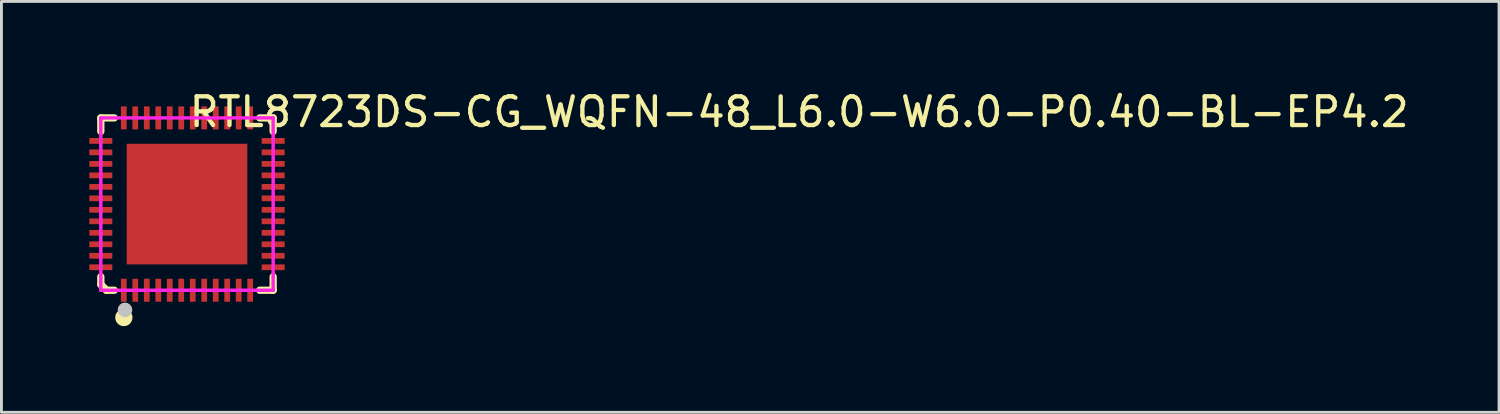
<source format=kicad_pcb>
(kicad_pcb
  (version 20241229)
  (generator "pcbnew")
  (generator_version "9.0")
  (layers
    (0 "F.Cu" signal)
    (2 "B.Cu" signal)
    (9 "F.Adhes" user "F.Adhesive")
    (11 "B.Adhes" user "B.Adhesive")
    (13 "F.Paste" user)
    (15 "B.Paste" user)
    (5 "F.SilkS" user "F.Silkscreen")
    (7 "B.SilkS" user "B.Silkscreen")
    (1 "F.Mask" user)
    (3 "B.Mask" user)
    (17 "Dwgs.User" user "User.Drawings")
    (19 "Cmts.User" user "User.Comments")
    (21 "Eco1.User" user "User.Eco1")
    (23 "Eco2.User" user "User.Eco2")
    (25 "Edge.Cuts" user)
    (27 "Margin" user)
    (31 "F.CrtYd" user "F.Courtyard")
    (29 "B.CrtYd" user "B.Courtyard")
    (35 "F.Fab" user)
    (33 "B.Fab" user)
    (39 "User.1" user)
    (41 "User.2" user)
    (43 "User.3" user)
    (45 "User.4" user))
  (footprint "RTL8723DS-CG_WQFN-48_L6.0-W6.0-P0.40-BL-EP4.2"
    (layer "F.Cu")
    (at 3.46 4.055)
    (property "Reference" "RTL8723DS-CG_WQFN-48_L6.0-W6.0-P0.40-BL-EP4.2" (at 0 -3.207 0) (layer "F.SilkS") (effects (font (size 1 1) (thickness 0.15)) (justify left)))
    (attr through_hole)
    (fp_line (start -3 -3) (end -3 -2.531) (stroke (width 0.254) (type solid)) (layer "F.SilkS"))
    (fp_line (start -3 2.8) (end -3 2.531) (stroke (width 0.254) (type solid)) (layer "F.SilkS"))
    (fp_line (start -2.8 3) (end -3 2.8) (stroke (width 0.254) (type solid)) (layer "F.SilkS"))
    (fp_line (start -2.8 3) (end -2.8 3) (stroke (width 0.254) (type solid)) (layer "F.SilkS"))
    (fp_line (start -2.531 -3) (end -3 -3) (stroke (width 0.254) (type solid)) (layer "F.SilkS"))
    (fp_line (start -2.531 3) (end -2.8 3) (stroke (width 0.254) (type solid)) (layer "F.SilkS"))
    (fp_line (start 2.531 -3) (end 3 -3) (stroke (width 0.254) (type solid)) (layer "F.SilkS"))
    (fp_line (start 3 -3) (end 3 -2.531) (stroke (width 0.254) (type solid)) (layer "F.SilkS"))
    (fp_line (start 3 2.531) (end 3 3) (stroke (width 0.254) (type solid)) (layer "F.SilkS"))
    (fp_line (start 3 3) (end 2.531 3) (stroke (width 0.254) (type solid)) (layer "F.SilkS"))
    (fp_arc (start -2.197 3.8) (mid -2.19973 4.100012) (end -2.19954 3.799988) (stroke (width 0.3) (type solid)) (layer "F.SilkS"))
    (fp_poly (pts (xy -3.4 -2.1) (xy -3.4 -2.3) (xy -2.6 -2.3) (xy -2.6 -2.1)) (stroke (width 0.12) (type solid)) (fill yes) (layer "F.Paste"))
    (fp_poly (pts (xy -3.4 -1.7) (xy -3.4 -1.9) (xy -2.6 -1.9) (xy -2.6 -1.7)) (stroke (width 0.12) (type solid)) (fill yes) (layer "F.Paste"))
    (fp_poly (pts (xy -3.4 -1.3) (xy -3.4 -1.5) (xy -2.6 -1.5) (xy -2.6 -1.3)) (stroke (width 0.12) (type solid)) (fill yes) (layer "F.Paste"))
    (fp_poly (pts (xy -3.4 -0.9) (xy -3.4 -1.1) (xy -2.6 -1.1) (xy -2.6 -0.9)) (stroke (width 0.12) (type solid)) (fill yes) (layer "F.Paste"))
    (fp_poly (pts (xy -3.4 -0.5) (xy -3.4 -0.7) (xy -2.6 -0.7) (xy -2.6 -0.5)) (stroke (width 0.12) (type solid)) (fill yes) (layer "F.Paste"))
    (fp_poly (pts (xy -3.4 -0.1) (xy -3.4 -0.3) (xy -2.6 -0.3) (xy -2.6 -0.1)) (stroke (width 0.12) (type solid)) (fill yes) (layer "F.Paste"))
    (fp_poly (pts (xy -3.4 0.3) (xy -3.4 0.1) (xy -2.6 0.1) (xy -2.6 0.3)) (stroke (width 0.12) (type solid)) (fill yes) (layer "F.Paste"))
    (fp_poly (pts (xy -3.4 0.7) (xy -3.4 0.5) (xy -2.6 0.5) (xy -2.6 0.7)) (stroke (width 0.12) (type solid)) (fill yes) (layer "F.Paste"))
    (fp_poly (pts (xy -3.4 1.1) (xy -3.4 0.9) (xy -2.6 0.9) (xy -2.6 1.1)) (stroke (width 0.12) (type solid)) (fill yes) (layer "F.Paste"))
    (fp_poly (pts (xy -3.4 1.5) (xy -3.4 1.3) (xy -2.6 1.3) (xy -2.6 1.5)) (stroke (width 0.12) (type solid)) (fill yes) (layer "F.Paste"))
    (fp_poly (pts (xy -3.4 1.9) (xy -3.4 1.7) (xy -2.6 1.7) (xy -2.6 1.9)) (stroke (width 0.12) (type solid)) (fill yes) (layer "F.Paste"))
    (fp_poly (pts (xy -3.4 2.3) (xy -3.4 2.1) (xy -2.6 2.1) (xy -2.6 2.3)) (stroke (width 0.12) (type solid)) (fill yes) (layer "F.Paste"))
    (fp_poly (pts (xy -2.1 -2.6) (xy -2.3 -2.6) (xy -2.3 -3.4) (xy -2.1 -3.4)) (stroke (width 0.12) (type solid)) (fill yes) (layer "F.Paste"))
    (fp_poly (pts (xy -2.1 3.4) (xy -2.3 3.4) (xy -2.3 2.6) (xy -2.1 2.6)) (stroke (width 0.12) (type solid)) (fill yes) (layer "F.Paste"))
    (fp_poly (pts (xy -1.7 -2.6) (xy -1.9 -2.6) (xy -1.9 -3.4) (xy -1.7 -3.4)) (stroke (width 0.12) (type solid)) (fill yes) (layer "F.Paste"))
    (fp_poly (pts (xy -1.7 3.4) (xy -1.9 3.4) (xy -1.9 2.6) (xy -1.7 2.6)) (stroke (width 0.12) (type solid)) (fill yes) (layer "F.Paste"))
    (fp_poly (pts (xy -1.68 1.68) (xy -1.68 -1.68) (xy 1.68 -1.68) (xy 1.68 1.68)) (stroke (width 0.12) (type solid)) (fill yes) (layer "F.Paste"))
    (fp_poly (pts (xy -1.3 -2.6) (xy -1.5 -2.6) (xy -1.5 -3.4) (xy -1.3 -3.4)) (stroke (width 0.12) (type solid)) (fill yes) (layer "F.Paste"))
    (fp_poly (pts (xy -1.3 3.4) (xy -1.5 3.4) (xy -1.5 2.6) (xy -1.3 2.6)) (stroke (width 0.12) (type solid)) (fill yes) (layer "F.Paste"))
    (fp_poly (pts (xy -0.9 -2.6) (xy -1.1 -2.6) (xy -1.1 -3.4) (xy -0.9 -3.4)) (stroke (width 0.12) (type solid)) (fill yes) (layer "F.Paste"))
    (fp_poly (pts (xy -0.9 3.4) (xy -1.1 3.4) (xy -1.1 2.6) (xy -0.9 2.6)) (stroke (width 0.12) (type solid)) (fill yes) (layer "F.Paste"))
    (fp_poly (pts (xy -0.5 -2.6) (xy -0.7 -2.6) (xy -0.7 -3.4) (xy -0.5 -3.4)) (stroke (width 0.12) (type solid)) (fill yes) (layer "F.Paste"))
    (fp_poly (pts (xy -0.5 3.4) (xy -0.7 3.4) (xy -0.7 2.6) (xy -0.5 2.6)) (stroke (width 0.12) (type solid)) (fill yes) (layer "F.Paste"))
    (fp_poly (pts (xy -0.1 -2.6) (xy -0.3 -2.6) (xy -0.3 -3.4) (xy -0.1 -3.4)) (stroke (width 0.12) (type solid)) (fill yes) (layer "F.Paste"))
    (fp_poly (pts (xy -0.1 3.4) (xy -0.3 3.4) (xy -0.3 2.6) (xy -0.1 2.6)) (stroke (width 0.12) (type solid)) (fill yes) (layer "F.Paste"))
    (fp_poly (pts (xy 0.3 -2.6) (xy 0.1 -2.6) (xy 0.1 -3.4) (xy 0.3 -3.4)) (stroke (width 0.12) (type solid)) (fill yes) (layer "F.Paste"))
    (fp_poly (pts (xy 0.3 3.4) (xy 0.1 3.4) (xy 0.1 2.6) (xy 0.3 2.6)) (stroke (width 0.12) (type solid)) (fill yes) (layer "F.Paste"))
    (fp_poly (pts (xy 0.7 -2.6) (xy 0.5 -2.6) (xy 0.5 -3.4) (xy 0.7 -3.4)) (stroke (width 0.12) (type solid)) (fill yes) (layer "F.Paste"))
    (fp_poly (pts (xy 0.7 3.4) (xy 0.5 3.4) (xy 0.5 2.6) (xy 0.7 2.6)) (stroke (width 0.12) (type solid)) (fill yes) (layer "F.Paste"))
    (fp_poly (pts (xy 1.1 -2.6) (xy 0.9 -2.6) (xy 0.9 -3.4) (xy 1.1 -3.4)) (stroke (width 0.12) (type solid)) (fill yes) (layer "F.Paste"))
    (fp_poly (pts (xy 1.1 3.4) (xy 0.9 3.4) (xy 0.9 2.6) (xy 1.1 2.6)) (stroke (width 0.12) (type solid)) (fill yes) (layer "F.Paste"))
    (fp_poly (pts (xy 1.5 -2.6) (xy 1.3 -2.6) (xy 1.3 -3.4) (xy 1.5 -3.4)) (stroke (width 0.12) (type solid)) (fill yes) (layer "F.Paste"))
    (fp_poly (pts (xy 1.5 3.4) (xy 1.3 3.4) (xy 1.3 2.6) (xy 1.5 2.6)) (stroke (width 0.12) (type solid)) (fill yes) (layer "F.Paste"))
    (fp_poly (pts (xy 1.9 -2.6) (xy 1.7 -2.6) (xy 1.7 -3.4) (xy 1.9 -3.4)) (stroke (width 0.12) (type solid)) (fill yes) (layer "F.Paste"))
    (fp_poly (pts (xy 1.9 3.4) (xy 1.7 3.4) (xy 1.7 2.6) (xy 1.9 2.6)) (stroke (width 0.12) (type solid)) (fill yes) (layer "F.Paste"))
    (fp_poly (pts (xy 2.3 -2.6) (xy 2.1 -2.6) (xy 2.1 -3.4) (xy 2.3 -3.4)) (stroke (width 0.12) (type solid)) (fill yes) (layer "F.Paste"))
    (fp_poly (pts (xy 2.3 3.4) (xy 2.1 3.4) (xy 2.1 2.6) (xy 2.3 2.6)) (stroke (width 0.12) (type solid)) (fill yes) (layer "F.Paste"))
    (fp_poly (pts (xy 2.6 -2.1) (xy 2.6 -2.3) (xy 3.4 -2.3) (xy 3.4 -2.1)) (stroke (width 0.12) (type solid)) (fill yes) (layer "F.Paste"))
    (fp_poly (pts (xy 2.6 -1.7) (xy 2.6 -1.9) (xy 3.4 -1.9) (xy 3.4 -1.7)) (stroke (width 0.12) (type solid)) (fill yes) (layer "F.Paste"))
    (fp_poly (pts (xy 2.6 -1.3) (xy 2.6 -1.5) (xy 3.4 -1.5) (xy 3.4 -1.3)) (stroke (width 0.12) (type solid)) (fill yes) (layer "F.Paste"))
    (fp_poly (pts (xy 2.6 -0.9) (xy 2.6 -1.1) (xy 3.4 -1.1) (xy 3.4 -0.9)) (stroke (width 0.12) (type solid)) (fill yes) (layer "F.Paste"))
    (fp_poly (pts (xy 2.6 -0.5) (xy 2.6 -0.7) (xy 3.4 -0.7) (xy 3.4 -0.5)) (stroke (width 0.12) (type solid)) (fill yes) (layer "F.Paste"))
    (fp_poly (pts (xy 2.6 -0.1) (xy 2.6 -0.3) (xy 3.4 -0.3) (xy 3.4 -0.1)) (stroke (width 0.12) (type solid)) (fill yes) (layer "F.Paste"))
    (fp_poly (pts (xy 2.6 0.3) (xy 2.6 0.1) (xy 3.4 0.1) (xy 3.4 0.3)) (stroke (width 0.12) (type solid)) (fill yes) (layer "F.Paste"))
    (fp_poly (pts (xy 2.6 0.7) (xy 2.6 0.5) (xy 3.4 0.5) (xy 3.4 0.7)) (stroke (width 0.12) (type solid)) (fill yes) (layer "F.Paste"))
    (fp_poly (pts (xy 2.6 1.1) (xy 2.6 0.9) (xy 3.4 0.9) (xy 3.4 1.1)) (stroke (width 0.12) (type solid)) (fill yes) (layer "F.Paste"))
    (fp_poly (pts (xy 2.6 1.5) (xy 2.6 1.3) (xy 3.4 1.3) (xy 3.4 1.5)) (stroke (width 0.12) (type solid)) (fill yes) (layer "F.Paste"))
    (fp_poly (pts (xy 2.6 1.9) (xy 2.6 1.7) (xy 3.4 1.7) (xy 3.4 1.9)) (stroke (width 0.12) (type solid)) (fill yes) (layer "F.Paste"))
    (fp_poly (pts (xy 2.6 2.3) (xy 2.6 2.1) (xy 3.4 2.1) (xy 3.4 2.3)) (stroke (width 0.12) (type solid)) (fill yes) (layer "F.Paste"))
    (fp_circle (center -2.159 3.683) (end -2.032 3.683) (stroke (width 0.254) (type solid)) (fill no) (layer "Dwgs.User"))
    (fp_circle (center -3 3) (end -2.97 3) (stroke (width 0.06) (type solid)) (fill no) (layer "Eco2.User"))
    (fp_poly (pts (xy -2.6 -2.3) (xy -2.6 -2.1) (xy -3 -2.1) (xy -3 -2.3)) (stroke (width 0.12) (type solid)) (fill no) (layer "Eco2.User"))
    (fp_poly (pts (xy -2.6 -1.9) (xy -2.6 -1.7) (xy -3 -1.7) (xy -3 -1.9)) (stroke (width 0.12) (type solid)) (fill no) (layer "Eco2.User"))
    (fp_poly (pts (xy -2.6 -1.5) (xy -2.6 -1.3) (xy -3 -1.3) (xy -3 -1.5)) (stroke (width 0.12) (type solid)) (fill no) (layer "Eco2.User"))
    (fp_poly (pts (xy -2.6 -1.1) (xy -2.6 -0.9) (xy -3 -0.9) (xy -3 -1.1)) (stroke (width 0.12) (type solid)) (fill no) (layer "Eco2.User"))
    (fp_poly (pts (xy -2.6 -0.7) (xy -2.6 -0.5) (xy -3 -0.5) (xy -3 -0.7)) (stroke (width 0.12) (type solid)) (fill no) (layer "Eco2.User"))
    (fp_poly (pts (xy -2.6 -0.3) (xy -2.6 -0.1) (xy -3 -0.1) (xy -3 -0.3)) (stroke (width 0.12) (type solid)) (fill no) (layer "Eco2.User"))
    (fp_poly (pts (xy -2.6 0.1) (xy -2.6 0.3) (xy -3 0.3) (xy -3 0.1)) (stroke (width 0.12) (type solid)) (fill no) (layer "Eco2.User"))
    (fp_poly (pts (xy -2.6 0.5) (xy -2.6 0.7) (xy -3 0.7) (xy -3 0.5)) (stroke (width 0.12) (type solid)) (fill no) (layer "Eco2.User"))
    (fp_poly (pts (xy -2.6 0.9) (xy -2.6 1.1) (xy -3 1.1) (xy -3 0.9)) (stroke (width 0.12) (type solid)) (fill no) (layer "Eco2.User"))
    (fp_poly (pts (xy -2.6 1.3) (xy -2.6 1.5) (xy -3 1.5) (xy -3 1.3)) (stroke (width 0.12) (type solid)) (fill no) (layer "Eco2.User"))
    (fp_poly (pts (xy -2.6 1.7) (xy -2.6 1.9) (xy -3 1.9) (xy -3 1.7)) (stroke (width 0.12) (type solid)) (fill no) (layer "Eco2.User"))
    (fp_poly (pts (xy -2.6 2.1) (xy -2.6 2.3) (xy -3 2.3) (xy -3 2.1)) (stroke (width 0.12) (type solid)) (fill no) (layer "Eco2.User"))
    (fp_poly (pts (xy -2.1 -2.6) (xy -2.3 -2.6) (xy -2.3 -3) (xy -2.1 -3)) (stroke (width 0.12) (type solid)) (fill no) (layer "Eco2.User"))
    (fp_poly (pts (xy -2.1 2.1) (xy -2.1 -2.1) (xy 2.1 -2.1) (xy 2.1 2.1)) (stroke (width 0.12) (type solid)) (fill no) (layer "Eco2.User"))
    (fp_poly (pts (xy -2.1 3) (xy -2.3 3) (xy -2.3 2.6) (xy -2.1 2.6)) (stroke (width 0.12) (type solid)) (fill no) (layer "Eco2.User"))
    (fp_poly (pts (xy -1.7 -2.6) (xy -1.9 -2.6) (xy -1.9 -3) (xy -1.7 -3)) (stroke (width 0.12) (type solid)) (fill no) (layer "Eco2.User"))
    (fp_poly (pts (xy -1.7 3) (xy -1.9 3) (xy -1.9 2.6) (xy -1.7 2.6)) (stroke (width 0.12) (type solid)) (fill no) (layer "Eco2.User"))
    (fp_poly (pts (xy -1.3 -2.6) (xy -1.5 -2.6) (xy -1.5 -3) (xy -1.3 -3)) (stroke (width 0.12) (type solid)) (fill no) (layer "Eco2.User"))
    (fp_poly (pts (xy -1.3 3) (xy -1.5 3) (xy -1.5 2.6) (xy -1.3 2.6)) (stroke (width 0.12) (type solid)) (fill no) (layer "Eco2.User"))
    (fp_poly (pts (xy -0.9 -2.6) (xy -1.1 -2.6) (xy -1.1 -3) (xy -0.9 -3)) (stroke (width 0.12) (type solid)) (fill no) (layer "Eco2.User"))
    (fp_poly (pts (xy -0.9 3) (xy -1.1 3) (xy -1.1 2.6) (xy -0.9 2.6)) (stroke (width 0.12) (type solid)) (fill no) (layer "Eco2.User"))
    (fp_poly (pts (xy -0.5 -2.6) (xy -0.7 -2.6) (xy -0.7 -3) (xy -0.5 -3)) (stroke (width 0.12) (type solid)) (fill no) (layer "Eco2.User"))
    (fp_poly (pts (xy -0.5 3) (xy -0.7 3) (xy -0.7 2.6) (xy -0.5 2.6)) (stroke (width 0.12) (type solid)) (fill no) (layer "Eco2.User"))
    (fp_poly (pts (xy -0.1 -2.6) (xy -0.3 -2.6) (xy -0.3 -3) (xy -0.1 -3)) (stroke (width 0.12) (type solid)) (fill no) (layer "Eco2.User"))
    (fp_poly (pts (xy -0.1 3) (xy -0.3 3) (xy -0.3 2.6) (xy -0.1 2.6)) (stroke (width 0.12) (type solid)) (fill no) (layer "Eco2.User"))
    (fp_poly (pts (xy 0.3 -2.6) (xy 0.1 -2.6) (xy 0.1 -3) (xy 0.3 -3)) (stroke (width 0.12) (type solid)) (fill no) (layer "Eco2.User"))
    (fp_poly (pts (xy 0.3 3) (xy 0.1 3) (xy 0.1 2.6) (xy 0.3 2.6)) (stroke (width 0.12) (type solid)) (fill no) (layer "Eco2.User"))
    (fp_poly (pts (xy 0.7 -2.6) (xy 0.5 -2.6) (xy 0.5 -3) (xy 0.7 -3)) (stroke (width 0.12) (type solid)) (fill no) (layer "Eco2.User"))
    (fp_poly (pts (xy 0.7 3) (xy 0.5 3) (xy 0.5 2.6) (xy 0.7 2.6)) (stroke (width 0.12) (type solid)) (fill no) (layer "Eco2.User"))
    (fp_poly (pts (xy 1.1 -2.6) (xy 0.9 -2.6) (xy 0.9 -3) (xy 1.1 -3)) (stroke (width 0.12) (type solid)) (fill no) (layer "Eco2.User"))
    (fp_poly (pts (xy 1.1 3) (xy 0.9 3) (xy 0.9 2.6) (xy 1.1 2.6)) (stroke (width 0.12) (type solid)) (fill no) (layer "Eco2.User"))
    (fp_poly (pts (xy 1.5 -2.6) (xy 1.3 -2.6) (xy 1.3 -3) (xy 1.5 -3)) (stroke (width 0.12) (type solid)) (fill no) (layer "Eco2.User"))
    (fp_poly (pts (xy 1.5 3) (xy 1.3 3) (xy 1.3 2.6) (xy 1.5 2.6)) (stroke (width 0.12) (type solid)) (fill no) (layer "Eco2.User"))
    (fp_poly (pts (xy 1.9 -2.6) (xy 1.7 -2.6) (xy 1.7 -3) (xy 1.9 -3)) (stroke (width 0.12) (type solid)) (fill no) (layer "Eco2.User"))
    (fp_poly (pts (xy 1.9 3) (xy 1.7 3) (xy 1.7 2.6) (xy 1.9 2.6)) (stroke (width 0.12) (type solid)) (fill no) (layer "Eco2.User"))
    (fp_poly (pts (xy 2.3 -2.6) (xy 2.1 -2.6) (xy 2.1 -3) (xy 2.3 -3)) (stroke (width 0.12) (type solid)) (fill no) (layer "Eco2.User"))
    (fp_poly (pts (xy 2.3 3) (xy 2.1 3) (xy 2.1 2.6) (xy 2.3 2.6)) (stroke (width 0.12) (type solid)) (fill no) (layer "Eco2.User"))
    (fp_poly (pts (xy 3 -2.3) (xy 3 -2.1) (xy 2.6 -2.1) (xy 2.6 -2.3)) (stroke (width 0.12) (type solid)) (fill no) (layer "Eco2.User"))
    (fp_poly (pts (xy 3 -1.9) (xy 3 -1.7) (xy 2.6 -1.7) (xy 2.6 -1.9)) (stroke (width 0.12) (type solid)) (fill no) (layer "Eco2.User"))
    (fp_poly (pts (xy 3 -1.5) (xy 3 -1.3) (xy 2.6 -1.3) (xy 2.6 -1.5)) (stroke (width 0.12) (type solid)) (fill no) (layer "Eco2.User"))
    (fp_poly (pts (xy 3 -1.1) (xy 3 -0.9) (xy 2.6 -0.9) (xy 2.6 -1.1)) (stroke (width 0.12) (type solid)) (fill no) (layer "Eco2.User"))
    (fp_poly (pts (xy 3 -0.7) (xy 3 -0.5) (xy 2.6 -0.5) (xy 2.6 -0.7)) (stroke (width 0.12) (type solid)) (fill no) (layer "Eco2.User"))
    (fp_poly (pts (xy 3 -0.3) (xy 3 -0.1) (xy 2.6 -0.1) (xy 2.6 -0.3)) (stroke (width 0.12) (type solid)) (fill no) (layer "Eco2.User"))
    (fp_poly (pts (xy 3 0.1) (xy 3 0.3) (xy 2.6 0.3) (xy 2.6 0.1)) (stroke (width 0.12) (type solid)) (fill no) (layer "Eco2.User"))
    (fp_poly (pts (xy 3 0.5) (xy 3 0.7) (xy 2.6 0.7) (xy 2.6 0.5)) (stroke (width 0.12) (type solid)) (fill no) (layer "Eco2.User"))
    (fp_poly (pts (xy 3 0.9) (xy 3 1.1) (xy 2.6 1.1) (xy 2.6 0.9)) (stroke (width 0.12) (type solid)) (fill no) (layer "Eco2.User"))
    (fp_poly (pts (xy 3 1.3) (xy 3 1.5) (xy 2.6 1.5) (xy 2.6 1.3)) (stroke (width 0.12) (type solid)) (fill no) (layer "Eco2.User"))
    (fp_poly (pts (xy 3 1.7) (xy 3 1.9) (xy 2.6 1.9) (xy 2.6 1.7)) (stroke (width 0.12) (type solid)) (fill no) (layer "Eco2.User"))
    (fp_poly (pts (xy 3 2.1) (xy 3 2.3) (xy 2.6 2.3) (xy 2.6 2.1)) (stroke (width 0.12) (type solid)) (fill no) (layer "Eco2.User"))
    (fp_line (start -3 -3) (end 3 -3) (stroke (width 0.12) (type solid)) (layer "F.CrtYd"))
    (fp_line (start -3 3) (end -3 -3) (stroke (width 0.12) (type solid)) (layer "F.CrtYd"))
    (fp_line (start 3 -3) (end 3 3) (stroke (width 0.12) (type solid)) (layer "F.CrtYd"))
    (fp_line (start 3 3) (end -3 3) (stroke (width 0.12) (type solid)) (layer "F.CrtYd"))
    (pad "1" smd rect (at -2.2 3 180) (size 0.2 0.8) (layers "F.Cu" "F.Mask" "F.Paste"))
    (pad "2" smd rect (at -1.8 3 180) (size 0.2 0.8) (layers "F.Cu" "F.Mask" "F.Paste"))
    (pad "3" smd rect (at -1.4 3 180) (size 0.2 0.8) (layers "F.Cu" "F.Mask" "F.Paste"))
    (pad "4" smd rect (at -1 3 180) (size 0.2 0.8) (layers "F.Cu" "F.Mask" "F.Paste"))
    (pad "5" smd rect (at -0.6 3 180) (size 0.2 0.8) (layers "F.Cu" "F.Mask" "F.Paste"))
    (pad "6" smd rect (at -0.2 3 180) (size 0.2 0.8) (layers "F.Cu" "F.Mask" "F.Paste"))
    (pad "7" smd rect (at 0.2 3 180) (size 0.2 0.8) (layers "F.Cu" "F.Mask" "F.Paste"))
    (pad "8" smd rect (at 0.6 3 180) (size 0.2 0.8) (layers "F.Cu" "F.Mask" "F.Paste"))
    (pad "9" smd rect (at 1 3 180) (size 0.2 0.8) (layers "F.Cu" "F.Mask" "F.Paste"))
    (pad "10" smd rect (at 1.4 3 180) (size 0.2 0.8) (layers "F.Cu" "F.Mask" "F.Paste"))
    (pad "11" smd rect (at 1.8 3 180) (size 0.2 0.8) (layers "F.Cu" "F.Mask" "F.Paste"))
    (pad "12" smd rect (at 2.2 3 180) (size 0.2 0.8) (layers "F.Cu" "F.Mask" "F.Paste"))
    (pad "13" smd rect (at 3 2.2 90) (size 0.2 0.8) (layers "F.Cu" "F.Mask" "F.Paste"))
    (pad "14" smd rect (at 3 1.8 90) (size 0.2 0.8) (layers "F.Cu" "F.Mask" "F.Paste"))
    (pad "15" smd rect (at 3 1.4 90) (size 0.2 0.8) (layers "F.Cu" "F.Mask" "F.Paste"))
    (pad "16" smd rect (at 3 1 90) (size 0.2 0.8) (layers "F.Cu" "F.Mask" "F.Paste"))
    (pad "17" smd rect (at 3 0.6 90) (size 0.2 0.8) (layers "F.Cu" "F.Mask" "F.Paste"))
    (pad "18" smd rect (at 3 0.2 90) (size 0.2 0.8) (layers "F.Cu" "F.Mask" "F.Paste"))
    (pad "19" smd rect (at 3 -0.2 90) (size 0.2 0.8) (layers "F.Cu" "F.Mask" "F.Paste"))
    (pad "20" smd rect (at 3 -0.6 90) (size 0.2 0.8) (layers "F.Cu" "F.Mask" "F.Paste"))
    (pad "21" smd rect (at 3 -1 90) (size 0.2 0.8) (layers "F.Cu" "F.Mask" "F.Paste"))
    (pad "22" smd rect (at 3 -1.4 90) (size 0.2 0.8) (layers "F.Cu" "F.Mask" "F.Paste"))
    (pad "23" smd rect (at 3 -1.8 90) (size 0.2 0.8) (layers "F.Cu" "F.Mask" "F.Paste"))
    (pad "24" smd rect (at 3 -2.2 90) (size 0.2 0.8) (layers "F.Cu" "F.Mask" "F.Paste"))
    (pad "25" smd rect (at 2.2 -3 180) (size 0.2 0.8) (layers "F.Cu" "F.Mask" "F.Paste"))
    (pad "26" smd rect (at 1.8 -3 180) (size 0.2 0.8) (layers "F.Cu" "F.Mask" "F.Paste"))
    (pad "27" smd rect (at 1.4 -3 180) (size 0.2 0.8) (layers "F.Cu" "F.Mask" "F.Paste"))
    (pad "28" smd rect (at 1 -3 180) (size 0.2 0.8) (layers "F.Cu" "F.Mask" "F.Paste"))
    (pad "29" smd rect (at 0.6 -3 180) (size 0.2 0.8) (layers "F.Cu" "F.Mask" "F.Paste"))
    (pad "30" smd rect (at 0.2 -3 180) (size 0.2 0.8) (layers "F.Cu" "F.Mask" "F.Paste"))
    (pad "31" smd rect (at -0.2 -3 180) (size 0.2 0.8) (layers "F.Cu" "F.Mask" "F.Paste"))
    (pad "32" smd rect (at -0.6 -3 180) (size 0.2 0.8) (layers "F.Cu" "F.Mask" "F.Paste"))
    (pad "33" smd rect (at -1 -3 180) (size 0.2 0.8) (layers "F.Cu" "F.Mask" "F.Paste"))
    (pad "34" smd rect (at -1.4 -3 180) (size 0.2 0.8) (layers "F.Cu" "F.Mask" "F.Paste"))
    (pad "35" smd rect (at -1.8 -3 180) (size 0.2 0.8) (layers "F.Cu" "F.Mask" "F.Paste"))
    (pad "36" smd rect (at -2.2 -3 180) (size 0.2 0.8) (layers "F.Cu" "F.Mask" "F.Paste"))
    (pad "37" smd rect (at -3 -2.2 90) (size 0.2 0.8) (layers "F.Cu" "F.Mask" "F.Paste"))
    (pad "38" smd rect (at -3 -1.8 90) (size 0.2 0.8) (layers "F.Cu" "F.Mask" "F.Paste"))
    (pad "39" smd rect (at -3 -1.4 90) (size 0.2 0.8) (layers "F.Cu" "F.Mask" "F.Paste"))
    (pad "40" smd rect (at -3 -1 90) (size 0.2 0.8) (layers "F.Cu" "F.Mask" "F.Paste"))
    (pad "41" smd rect (at -3 -0.6 90) (size 0.2 0.8) (layers "F.Cu" "F.Mask" "F.Paste"))
    (pad "42" smd rect (at -3 -0.2 90) (size 0.2 0.8) (layers "F.Cu" "F.Mask" "F.Paste"))
    (pad "43" smd rect (at -3 0.2 90) (size 0.2 0.8) (layers "F.Cu" "F.Mask" "F.Paste"))
    (pad "44" smd rect (at -3 0.6 90) (size 0.2 0.8) (layers "F.Cu" "F.Mask" "F.Paste"))
    (pad "45" smd rect (at -3 1 90) (size 0.2 0.8) (layers "F.Cu" "F.Mask" "F.Paste"))
    (pad "46" smd rect (at -3 1.4 90) (size 0.2 0.8) (layers "F.Cu" "F.Mask" "F.Paste"))
    (pad "47" smd rect (at -3 1.8 90) (size 0.2 0.8) (layers "F.Cu" "F.Mask" "F.Paste"))
    (pad "48" smd rect (at -3 2.2 90) (size 0.2 0.8) (layers "F.Cu" "F.Mask" "F.Paste"))
    (pad "49" smd rect (at 0 0 90) (size 4.2 4.2) (layers "F.Cu" "F.Mask" "F.Paste")))
  (gr_rect
    (start -3 -3)
    (end 49.139 11.305)
    (stroke (width 0.1) (type default))
    (fill no)
    (layer "Edge.Cuts")))
</source>
